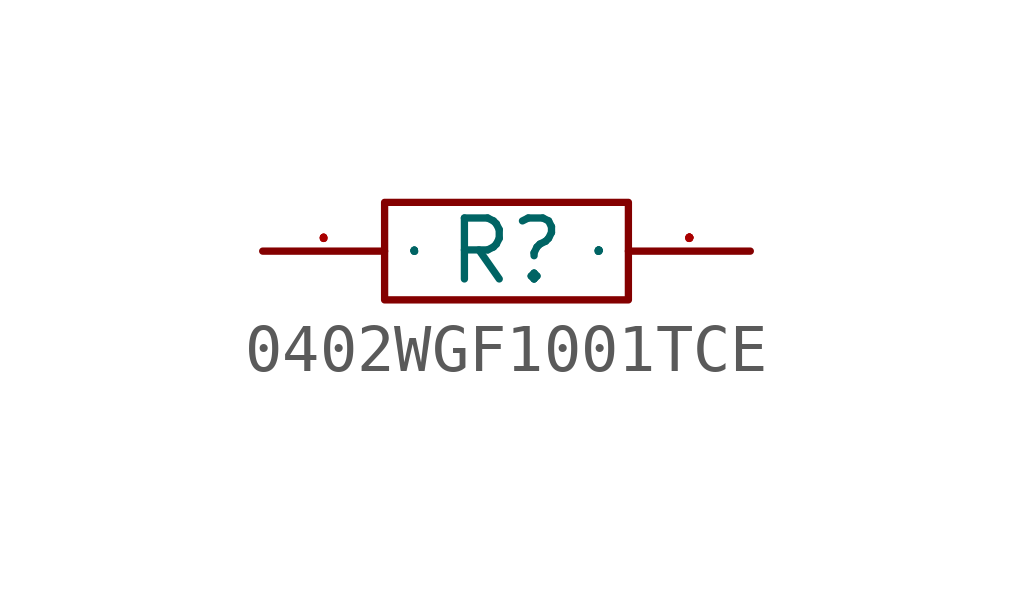
<source format=kicad_sym>
(kicad_symbol_lib
  (version 20241209)
  (generator "kicad_symbol_editor")
  (generator_version "9.0")
  (symbol "0402WGF1001TCE"
    (property "Reference" "R"
      (at 0 0 0)
      (effects (font (size 1.27 1.27))))
    (symbol "0402WGF1001TCE_1_0"
      (rectangle (start -2.54 1.016) (end 2.54 -1.016) (stroke (width 0) (type default)) (fill (type none)))
      (pin input line (at -5.08 0 0) (length 2.54) (name "1" (effects (font (size 0.025 0.025)))) (number "1" (effects (font (size 0.025 0.025)))))
      (pin input line (at 5.08 0 180) (length 2.54) (name "2" (effects (font (size 0.025 0.025)))) (number "2" (effects (font (size 0.025 0.025))))))))
</source>
